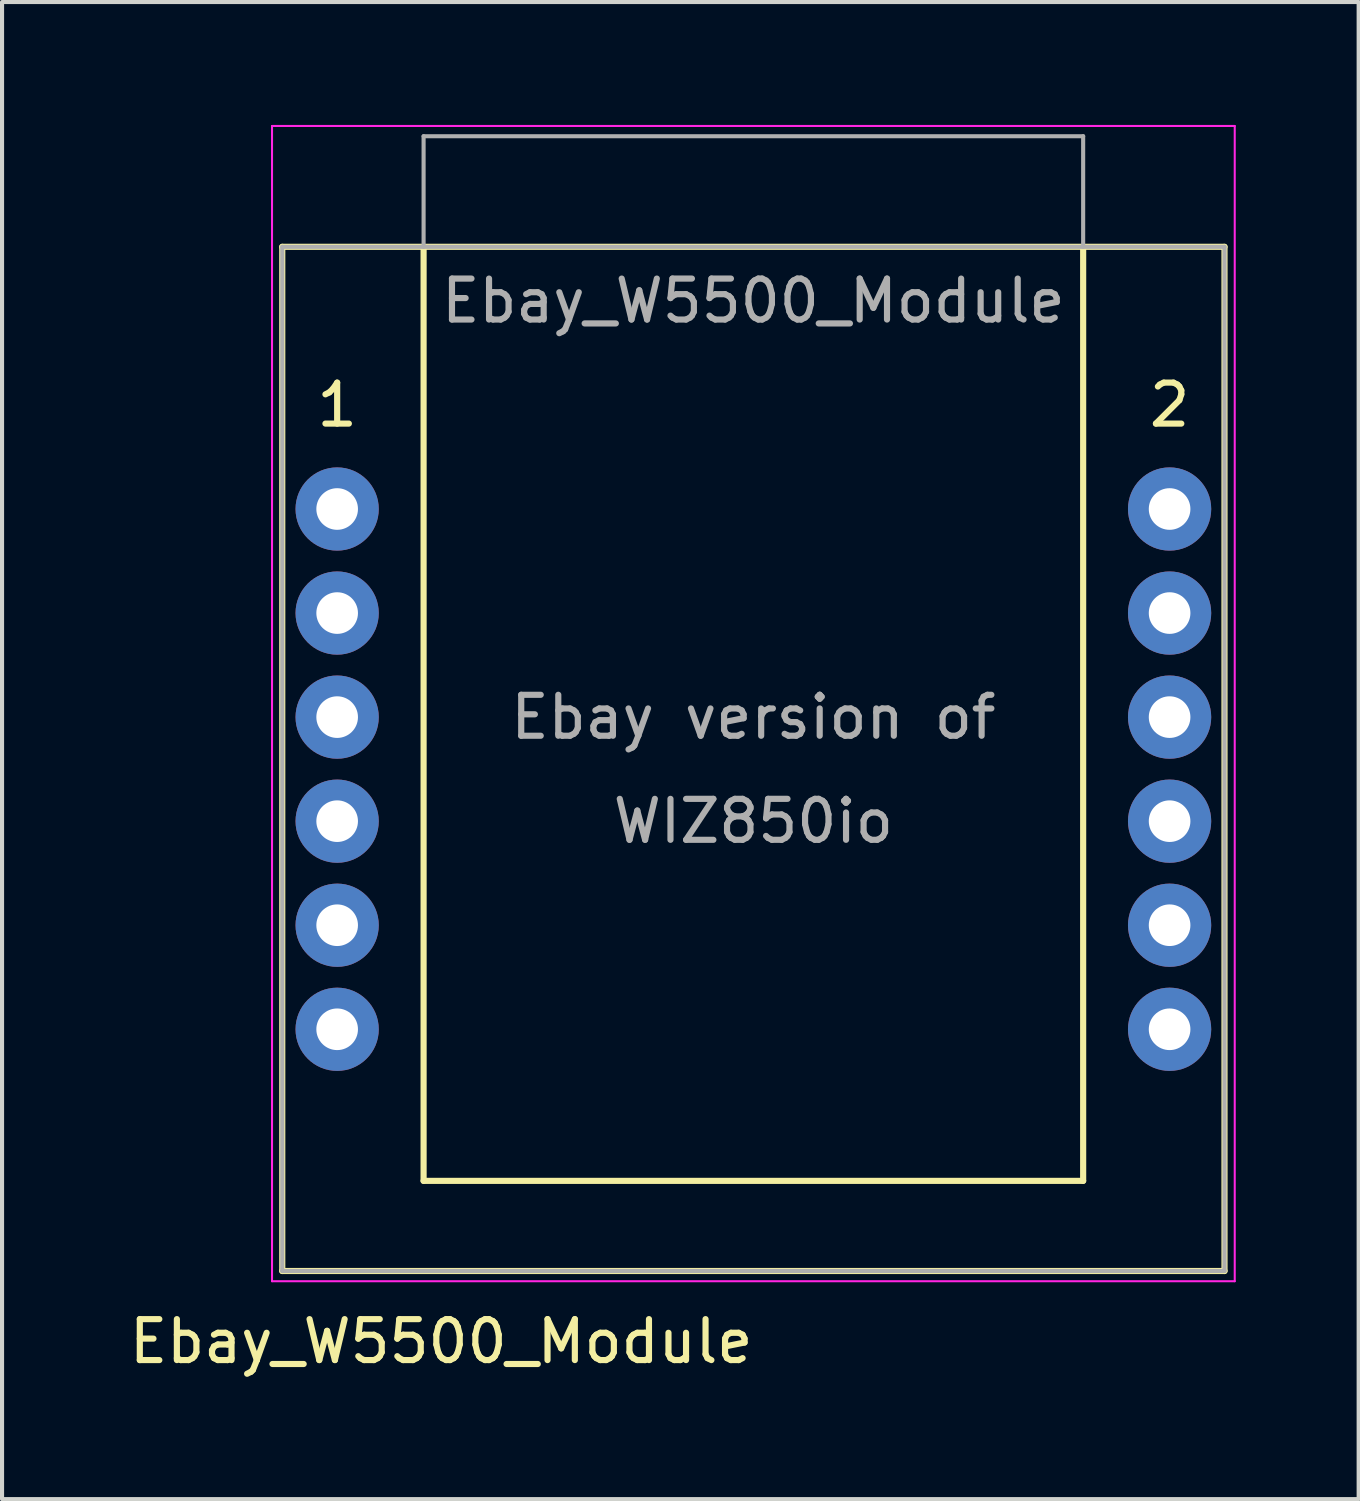
<source format=kicad_pcb>
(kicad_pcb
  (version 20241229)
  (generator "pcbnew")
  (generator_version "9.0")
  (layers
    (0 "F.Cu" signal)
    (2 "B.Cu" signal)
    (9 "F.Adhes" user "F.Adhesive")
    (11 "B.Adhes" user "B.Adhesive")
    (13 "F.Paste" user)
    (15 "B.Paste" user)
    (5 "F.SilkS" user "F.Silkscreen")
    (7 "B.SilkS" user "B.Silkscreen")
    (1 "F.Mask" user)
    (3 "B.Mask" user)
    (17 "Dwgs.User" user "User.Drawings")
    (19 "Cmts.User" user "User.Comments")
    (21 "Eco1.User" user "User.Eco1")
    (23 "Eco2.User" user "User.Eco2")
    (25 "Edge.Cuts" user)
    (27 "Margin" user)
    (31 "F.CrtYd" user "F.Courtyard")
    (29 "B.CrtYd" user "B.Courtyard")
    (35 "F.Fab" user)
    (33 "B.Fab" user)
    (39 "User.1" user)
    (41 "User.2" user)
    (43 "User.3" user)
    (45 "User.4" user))
  (footprint "Ebay_W5500_Module"
    (layer "F.Cu")
    (at 5.18 9.375)
    (property "Reference" "Ebay_W5500_Module" (at 10.16 -5.08 0) (layer "F.Fab") (effects (font (size 1 1) (thickness 0.15))))
    (attr through_hole)
    (fp_line (start -1.34 -6.4) (end -1.34 18.6) (stroke (width 0.15) (type solid)) (layer "F.SilkS"))
    (fp_line (start -1.34 -6.4) (end 21.66 -6.4) (stroke (width 0.15) (type solid)) (layer "F.SilkS"))
    (fp_line (start -1.34 18.6) (end 21.66 18.6) (stroke (width 0.15) (type solid)) (layer "F.SilkS"))
    (fp_line (start 2.11 -6.4) (end 2.11 16.4) (stroke (width 0.15) (type solid)) (layer "F.SilkS"))
    (fp_line (start 2.11 16.4) (end 18.21 16.4) (stroke (width 0.15) (type solid)) (layer "F.SilkS"))
    (fp_line (start 18.21 -6.4) (end 18.21 16.4) (stroke (width 0.15) (type solid)) (layer "F.SilkS"))
    (fp_line (start 21.66 -6.4) (end 21.66 18.6) (stroke (width 0.15) (type solid)) (layer "F.SilkS"))
    (fp_line (start -1.59 -9.35) (end -1.59 18.85) (stroke (width 0.05) (type solid)) (layer "F.CrtYd"))
    (fp_line (start -1.59 -9.35) (end 21.91 -9.35) (stroke (width 0.05) (type solid)) (layer "F.CrtYd"))
    (fp_line (start -1.59 18.85) (end 21.91 18.85) (stroke (width 0.05) (type solid)) (layer "F.CrtYd"))
    (fp_line (start 21.91 -9.35) (end 21.91 18.85) (stroke (width 0.05) (type solid)) (layer "F.CrtYd"))
    (fp_line (start -1.34 -6.4) (end -1.34 18.6) (stroke (width 0.1) (type solid)) (layer "F.Fab"))
    (fp_line (start -1.34 -6.4) (end 21.66 -6.4) (stroke (width 0.1) (type solid)) (layer "F.Fab"))
    (fp_line (start -1.34 18.6) (end 21.66 18.6) (stroke (width 0.1) (type solid)) (layer "F.Fab"))
    (fp_line (start 2.11 -9.1) (end 18.21 -9.1) (stroke (width 0.1) (type solid)) (layer "F.Fab"))
    (fp_line (start 2.11 -6.4) (end 2.11 -9.1) (stroke (width 0.1) (type solid)) (layer "F.Fab"))
    (fp_line (start 18.21 -6.4) (end 18.21 -9.1) (stroke (width 0.1) (type solid)) (layer "F.Fab"))
    (fp_line (start 21.66 18.6) (end 21.66 -6.4) (stroke (width 0.1) (type solid)) (layer "F.Fab"))
    (fp_text user "${REFERENCE}" (at 2.54 20.32 0) (layer "F.SilkS") (effects (font (size 1 1) (thickness 0.15))))
    (fp_text user "2" (at 20.32 -2.54 0) (layer "F.SilkS") (effects (font (size 1 1) (thickness 0.15))))
    (fp_text user "1" (at 0 -2.54 0) (layer "F.SilkS") (effects (font (size 1 1) (thickness 0.15))))
    (fp_text user "${REFERENCE}" (at 5.08 17.78 0) (layer "Eco1.User") (effects (font (size 1 1) (thickness 0.15))))
    (fp_text user "Ebay version of" (at 10.16 5.08 0) (layer "F.Fab") (effects (font (size 1 1) (thickness 0.15))))
    (fp_text user "WIZ850io" (at 10.16 7.62 0) (layer "F.Fab") (effects (font (size 1 1) (thickness 0.15))))
    (pad "1" thru_hole circle (at 0 0) (size 2.032 2.032) (drill 1.016) (layers "*.Cu" "*.Mask"))
    (pad "2" thru_hole circle (at 0 2.54) (size 2.032 2.032) (drill 1.016) (layers "*.Cu" "*.Mask"))
    (pad "3" thru_hole circle (at 0 5.08) (size 2.032 2.032) (drill 1.016) (layers "*.Cu" "*.Mask"))
    (pad "4" thru_hole circle (at 0 7.62) (size 2.032 2.032) (drill 1.016) (layers "*.Cu" "*.Mask"))
    (pad "5" thru_hole circle (at 0 10.16) (size 2.032 2.032) (drill 1.016) (layers "*.Cu" "*.Mask"))
    (pad "6" thru_hole circle (at 0 12.7) (size 2.032 2.032) (drill 1.016) (layers "*.Cu" "*.Mask"))
    (pad "7" thru_hole circle (at 20.32 0) (size 2.032 2.032) (drill 1.016) (layers "*.Cu" "*.Mask"))
    (pad "8" thru_hole circle (at 20.32 2.54) (size 2.032 2.032) (drill 1.016) (layers "*.Cu" "*.Mask"))
    (pad "9" thru_hole circle (at 20.32 5.08) (size 2.032 2.032) (drill 1.016) (layers "*.Cu" "*.Mask"))
    (pad "10" thru_hole circle (at 20.32 7.62) (size 2.032 2.032) (drill 1.016) (layers "*.Cu" "*.Mask"))
    (pad "11" thru_hole circle (at 20.32 10.16) (size 2.032 2.032) (drill 1.016) (layers "*.Cu" "*.Mask"))
    (pad "12" thru_hole circle (at 20.32 12.7) (size 2.032 2.032) (drill 1.016) (layers "*.Cu" "*.Mask")))
  (gr_rect
    (start -3 -3)
    (end 30.115 33.543)
    (stroke (width 0.1) (type default))
    (fill no)
    (layer "Edge.Cuts")))
</source>
